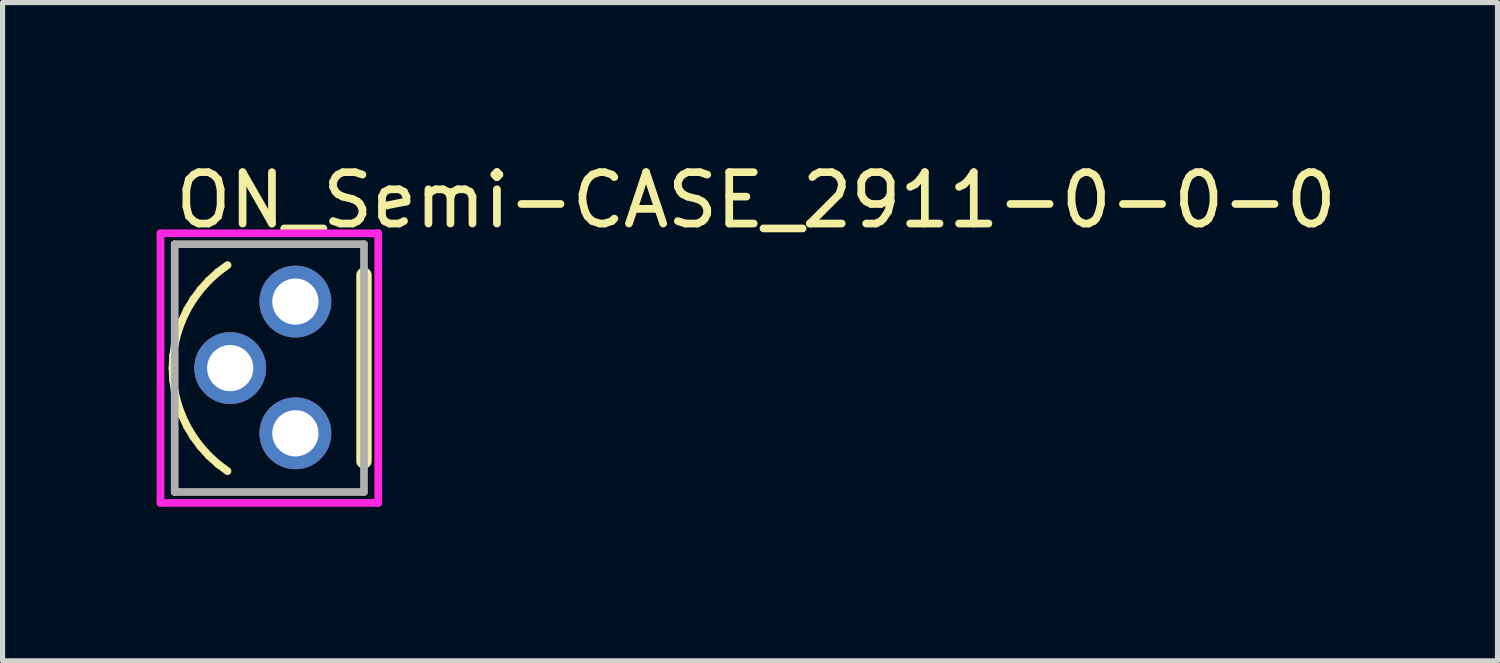
<source format=kicad_pcb>
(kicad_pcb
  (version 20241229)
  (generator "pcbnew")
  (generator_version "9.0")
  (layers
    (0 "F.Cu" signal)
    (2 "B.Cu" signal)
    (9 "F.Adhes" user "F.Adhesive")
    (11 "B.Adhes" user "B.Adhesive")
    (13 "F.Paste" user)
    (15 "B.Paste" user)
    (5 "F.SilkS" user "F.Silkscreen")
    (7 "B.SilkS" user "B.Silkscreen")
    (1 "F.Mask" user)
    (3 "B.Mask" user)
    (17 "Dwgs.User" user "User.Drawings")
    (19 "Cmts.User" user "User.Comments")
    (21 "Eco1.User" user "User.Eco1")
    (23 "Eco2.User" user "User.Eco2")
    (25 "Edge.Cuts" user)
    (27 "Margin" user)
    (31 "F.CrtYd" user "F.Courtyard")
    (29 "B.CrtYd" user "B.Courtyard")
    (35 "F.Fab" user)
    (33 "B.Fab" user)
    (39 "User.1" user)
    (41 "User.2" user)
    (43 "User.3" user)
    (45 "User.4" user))
  (footprint "ON_Semi-CASE_2911-0-0-0"
    (layer "F.Cu")
    (at 2.195 4.118)
    (property "Reference" "ON_Semi-CASE_2911-0-0-0" (at -1.905 -3.27 0) (layer "F.SilkS") (effects (font (size 1 1) (thickness 0.15)) (justify left)))
    (attr through_hole)
    (fp_line (start -1.886 0) (end -1.874 -0.236) (stroke (width 0.15) (type solid)) (layer "F.SilkS"))
    (fp_line (start -1.874 -0.236) (end -1.84 -0.471) (stroke (width 0.15) (type solid)) (layer "F.SilkS"))
    (fp_line (start -1.874 0.236) (end -1.886 0) (stroke (width 0.15) (type solid)) (layer "F.SilkS"))
    (fp_line (start -1.84 -0.471) (end -1.782 -0.7) (stroke (width 0.15) (type solid)) (layer "F.SilkS"))
    (fp_line (start -1.84 0.471) (end -1.874 0.236) (stroke (width 0.15) (type solid)) (layer "F.SilkS"))
    (fp_line (start -1.782 -0.7) (end -1.702 -0.923) (stroke (width 0.15) (type solid)) (layer "F.SilkS"))
    (fp_line (start -1.782 0.7) (end -1.84 0.471) (stroke (width 0.15) (type solid)) (layer "F.SilkS"))
    (fp_line (start -1.702 -0.923) (end -1.601 -1.137) (stroke (width 0.15) (type solid)) (layer "F.SilkS"))
    (fp_line (start -1.702 0.923) (end -1.782 0.7) (stroke (width 0.15) (type solid)) (layer "F.SilkS"))
    (fp_line (start -1.601 -1.137) (end -1.479 -1.34) (stroke (width 0.15) (type solid)) (layer "F.SilkS"))
    (fp_line (start -1.601 1.137) (end -1.702 0.923) (stroke (width 0.15) (type solid)) (layer "F.SilkS"))
    (fp_line (start -1.479 -1.34) (end -1.338 -1.53) (stroke (width 0.15) (type solid)) (layer "F.SilkS"))
    (fp_line (start -1.479 1.34) (end -1.601 1.137) (stroke (width 0.15) (type solid)) (layer "F.SilkS"))
    (fp_line (start -1.338 -1.53) (end -1.179 -1.706) (stroke (width 0.15) (type solid)) (layer "F.SilkS"))
    (fp_line (start -1.338 1.53) (end -1.479 1.34) (stroke (width 0.15) (type solid)) (layer "F.SilkS"))
    (fp_line (start -1.179 -1.706) (end -1.004 -1.865) (stroke (width 0.15) (type solid)) (layer "F.SilkS"))
    (fp_line (start -1.179 1.706) (end -1.338 1.53) (stroke (width 0.15) (type solid)) (layer "F.SilkS"))
    (fp_line (start -1.004 -1.865) (end -0.814 -2.006) (stroke (width 0.15) (type solid)) (layer "F.SilkS"))
    (fp_line (start -1.004 1.865) (end -1.179 1.706) (stroke (width 0.15) (type solid)) (layer "F.SilkS"))
    (fp_line (start -0.814 2.006) (end -1.004 1.865) (stroke (width 0.15) (type solid)) (layer "F.SilkS"))
    (fp_line (start 1.843 1.809) (end 1.843 -1.809) (stroke (width 0.3) (type solid)) (layer "F.SilkS"))
    (fp_line (start -2.12 -2.625) (end -2.12 2.625) (stroke (width 0.15) (type solid)) (layer "F.CrtYd"))
    (fp_line (start -2.12 2.625) (end 2.12 2.625) (stroke (width 0.15) (type solid)) (layer "F.CrtYd"))
    (fp_line (start 2.12 -2.625) (end -2.12 -2.625) (stroke (width 0.15) (type solid)) (layer "F.CrtYd"))
    (fp_line (start 2.12 -2.625) (end 2.12 -2.625) (stroke (width 0.15) (type solid)) (layer "F.CrtYd"))
    (fp_line (start 2.12 2.625) (end 2.12 -2.625) (stroke (width 0.15) (type solid)) (layer "F.CrtYd"))
    (fp_line (start -1.843 -2.413) (end 1.843 -2.413) (stroke (width 0.15) (type solid)) (layer "F.Fab"))
    (fp_line (start -1.843 2.413) (end -1.843 -2.413) (stroke (width 0.15) (type solid)) (layer "F.Fab"))
    (fp_line (start 1.843 -2.413) (end 1.843 2.413) (stroke (width 0.15) (type solid)) (layer "F.Fab"))
    (fp_line (start 1.843 2.413) (end -1.843 2.413) (stroke (width 0.15) (type solid)) (layer "F.Fab"))
    (pad "1" thru_hole circle (at 0.507 1.27) (size 1.4 1.4) (drill 0.9) (layers "*.Cu"))
    (pad "2" thru_hole circle (at -0.762 0) (size 1.4 1.4) (drill 0.9) (layers "*.Cu"))
    (pad "3" thru_hole circle (at 0.507 -1.295) (size 1.4 1.4) (drill 0.9) (layers "*.Cu")))
  (gr_rect
    (start -3 -3)
    (end 26.111 9.818)
    (stroke (width 0.1) (type default))
    (fill no)
    (layer "Edge.Cuts")))
</source>
